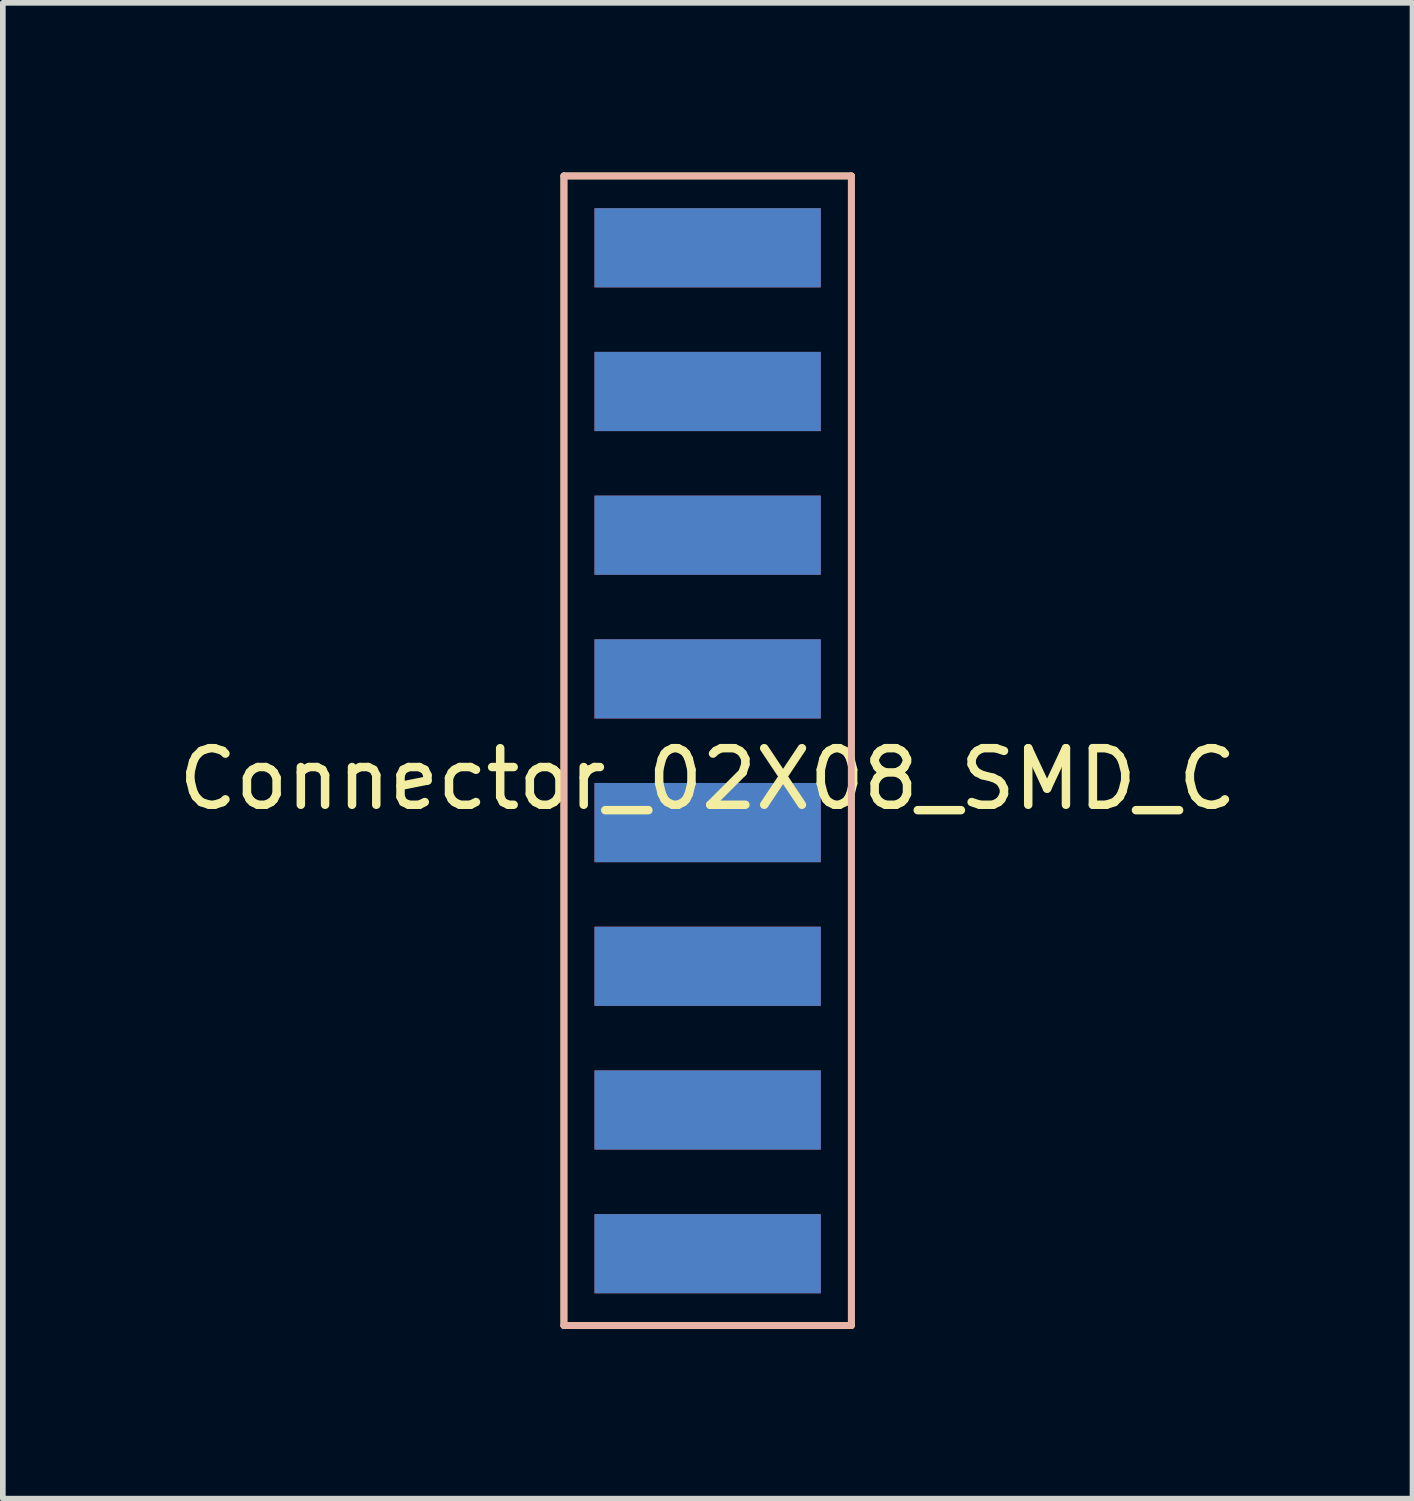
<source format=kicad_pcb>
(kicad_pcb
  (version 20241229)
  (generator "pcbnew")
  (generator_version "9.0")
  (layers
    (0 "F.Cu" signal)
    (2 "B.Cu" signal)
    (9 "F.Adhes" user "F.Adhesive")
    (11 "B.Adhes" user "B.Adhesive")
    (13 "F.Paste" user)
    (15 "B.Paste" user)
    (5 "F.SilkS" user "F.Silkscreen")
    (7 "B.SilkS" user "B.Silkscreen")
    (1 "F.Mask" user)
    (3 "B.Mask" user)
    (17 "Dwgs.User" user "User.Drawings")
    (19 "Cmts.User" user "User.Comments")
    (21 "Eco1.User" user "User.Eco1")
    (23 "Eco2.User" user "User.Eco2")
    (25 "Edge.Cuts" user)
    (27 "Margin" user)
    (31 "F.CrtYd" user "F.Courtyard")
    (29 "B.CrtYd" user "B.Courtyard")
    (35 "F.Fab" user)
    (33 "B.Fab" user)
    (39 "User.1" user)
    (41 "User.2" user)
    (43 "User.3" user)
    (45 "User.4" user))
  (footprint "Connector_02X08_SMD_C"
    (layer "F.Cu")
    (at 9.458 10.22)
    (property "Reference" "Connector_02X08_SMD_C" (at 0 0.5 0) (layer "F.SilkS") (effects (font (size 1 1) (thickness 0.15))))
    (attr smd)
    (fp_line (start -2.54 -10.16) (end -2.54 10.16) (stroke (width 0.12) (type solid)) (layer "F.SilkS"))
    (fp_line (start -2.54 10.16) (end 2.54 10.16) (stroke (width 0.12) (type solid)) (layer "F.SilkS"))
    (fp_line (start 2.54 -10.16) (end -2.54 -10.16) (stroke (width 0.12) (type solid)) (layer "F.SilkS"))
    (fp_line (start 2.54 10.16) (end 2.54 -10.16) (stroke (width 0.12) (type solid)) (layer "F.SilkS"))
    (fp_line (start -2.54 -10.16) (end -2.54 10.16) (stroke (width 0.12) (type solid)) (layer "B.SilkS"))
    (fp_line (start -2.54 10.16) (end 2.54 10.16) (stroke (width 0.12) (type solid)) (layer "B.SilkS"))
    (fp_line (start 2.54 -10.16) (end -2.54 -10.16) (stroke (width 0.12) (type solid)) (layer "B.SilkS"))
    (fp_line (start 2.54 10.16) (end 2.54 -10.16) (stroke (width 0.12) (type solid)) (layer "B.SilkS"))
    (pad "1" smd rect (at 0 -8.89) (size 4 1.4) (layers "F.Cu" "F.Mask" "F.Paste"))
    (pad "2" smd rect (at 0 -6.35) (size 4 1.4) (layers "F.Cu" "F.Mask" "F.Paste"))
    (pad "3" smd rect (at 0 -3.81) (size 4 1.4) (layers "F.Cu" "F.Mask" "F.Paste"))
    (pad "4" smd rect (at 0 -1.27) (size 4 1.4) (layers "F.Cu" "F.Mask" "F.Paste"))
    (pad "5" smd rect (at 0 1.27) (size 4 1.4) (layers "F.Cu" "F.Mask" "F.Paste"))
    (pad "6" smd rect (at 0 3.81) (size 4 1.4) (layers "F.Cu" "F.Mask" "F.Paste"))
    (pad "7" smd rect (at 0 6.35) (size 4 1.4) (layers "F.Cu" "F.Mask" "F.Paste"))
    (pad "8" smd rect (at 0 8.89) (size 4 1.4) (layers "F.Cu" "F.Mask" "F.Paste"))
    (pad "9" smd rect (at 0 -8.89) (size 4 1.4) (layers "B.Cu" "B.Mask" "B.Paste"))
    (pad "10" smd rect (at 0 -6.35) (size 4 1.4) (layers "B.Cu" "B.Mask" "B.Paste"))
    (pad "11" smd rect (at 0 -3.81) (size 4 1.4) (layers "B.Cu" "B.Mask" "B.Paste"))
    (pad "12" smd rect (at 0 -1.27) (size 4 1.4) (layers "B.Cu" "B.Mask" "B.Paste"))
    (pad "13" smd rect (at 0 1.27) (size 4 1.4) (layers "B.Cu" "B.Mask" "B.Paste"))
    (pad "14" smd rect (at 0 3.81) (size 4 1.4) (layers "B.Cu" "B.Mask" "B.Paste"))
    (pad "15" smd rect (at 0 6.35) (size 4 1.4) (layers "B.Cu" "B.Mask" "B.Paste"))
    (pad "16" smd rect (at 0 8.89) (size 4 1.4) (layers "B.Cu" "B.Mask" "B.Paste")))
  (gr_rect
    (start -3 -3)
    (end 21.917 23.44)
    (stroke (width 0.1) (type default))
    (fill no)
    (layer "Edge.Cuts")))
</source>
